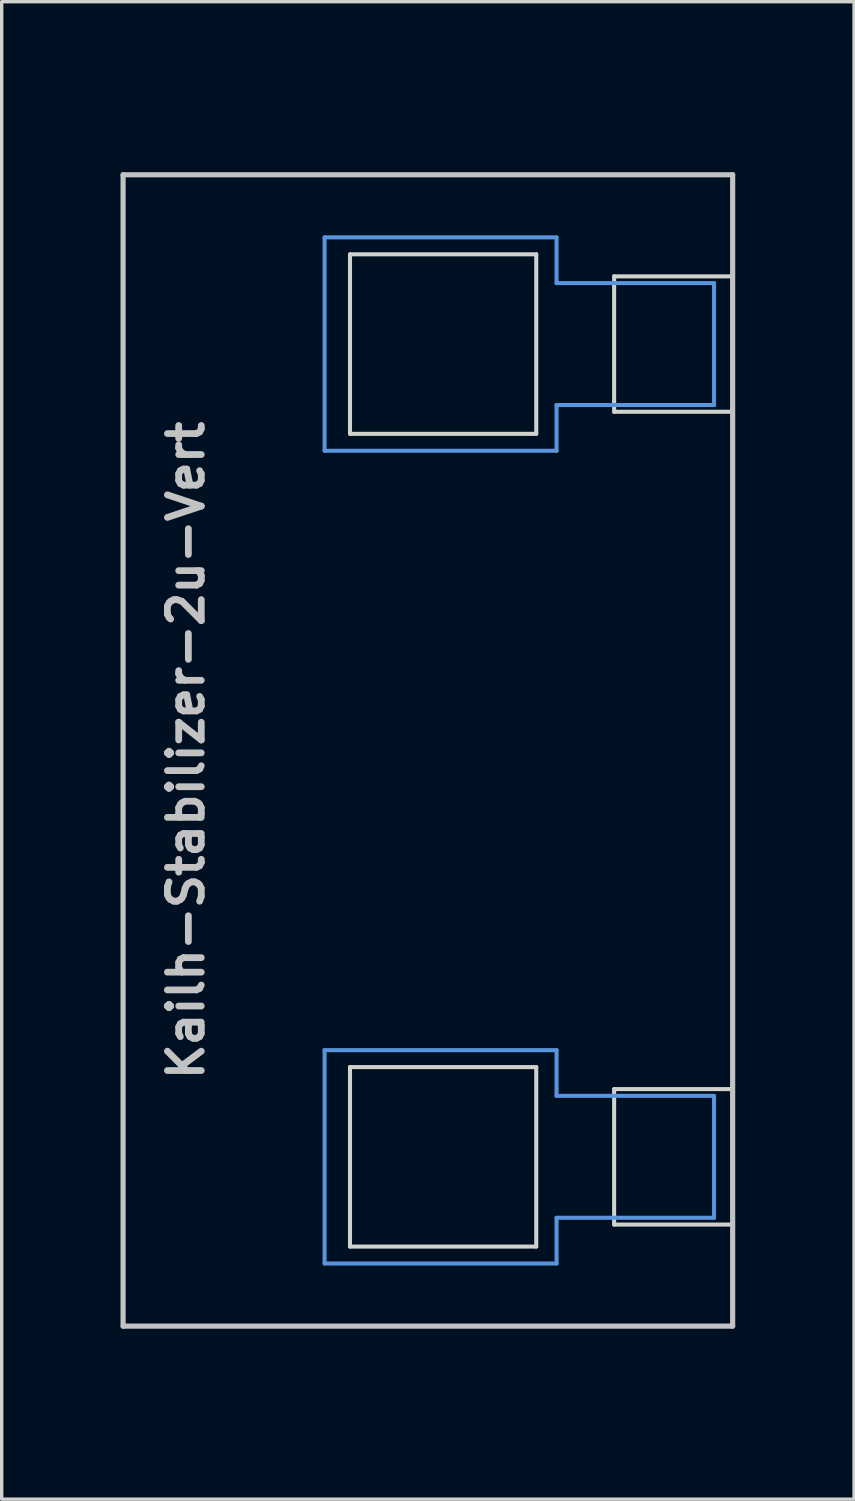
<source format=kicad_pcb>
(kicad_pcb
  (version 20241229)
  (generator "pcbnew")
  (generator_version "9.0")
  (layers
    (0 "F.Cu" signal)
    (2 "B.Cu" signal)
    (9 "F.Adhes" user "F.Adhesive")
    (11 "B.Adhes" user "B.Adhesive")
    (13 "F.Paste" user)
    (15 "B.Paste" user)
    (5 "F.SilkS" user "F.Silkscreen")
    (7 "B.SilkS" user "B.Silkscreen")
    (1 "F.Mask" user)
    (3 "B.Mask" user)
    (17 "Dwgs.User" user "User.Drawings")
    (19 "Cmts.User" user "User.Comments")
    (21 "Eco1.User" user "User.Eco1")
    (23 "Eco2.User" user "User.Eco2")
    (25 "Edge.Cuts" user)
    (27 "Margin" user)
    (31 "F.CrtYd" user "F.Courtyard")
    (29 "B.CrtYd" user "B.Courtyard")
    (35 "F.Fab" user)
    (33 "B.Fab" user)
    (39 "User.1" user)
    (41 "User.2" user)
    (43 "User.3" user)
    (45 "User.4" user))
  (footprint "Kailh-Stabilizer-2u-Vert"
    (layer "F.Cu")
    (at 9.585 19.11)
    (property "Reference" "Kailh-Stabilizer-2u-Vert" (at -7.144 0 270) (layer "Dwgs.User") (effects (font (size 1 1) (thickness 0.2))))
    (attr through_hole)
    (fp_line (start -9 -17) (end 9 -17) (stroke (width 0.152) (type solid)) (layer "Dwgs.User"))
    (fp_line (start -9 17) (end -9 -17) (stroke (width 0.152) (type solid)) (layer "Dwgs.User"))
    (fp_line (start 9 -17) (end 9 17) (stroke (width 0.152) (type solid)) (layer "Dwgs.User"))
    (fp_line (start 9 17) (end -9 17) (stroke (width 0.152) (type solid)) (layer "Dwgs.User"))
    (fp_line (start -3.05 -15.15) (end -3.05 -8.85) (stroke (width 0.12) (type solid)) (layer "Cmts.User"))
    (fp_line (start -3.05 -15.15) (end 3.8 -15.15) (stroke (width 0.12) (type solid)) (layer "Cmts.User"))
    (fp_line (start -3.05 -8.85) (end 3.8 -8.85) (stroke (width 0.12) (type solid)) (layer "Cmts.User"))
    (fp_line (start -3.05 8.85) (end -3.05 15.15) (stroke (width 0.12) (type solid)) (layer "Cmts.User"))
    (fp_line (start -3.05 8.85) (end 3.8 8.85) (stroke (width 0.12) (type solid)) (layer "Cmts.User"))
    (fp_line (start -3.05 15.15) (end 3.8 15.15) (stroke (width 0.12) (type solid)) (layer "Cmts.User"))
    (fp_line (start 3.8 -15.15) (end 3.8 -13.8) (stroke (width 0.12) (type solid)) (layer "Cmts.User"))
    (fp_line (start 3.8 -10.2) (end 3.8 -8.85) (stroke (width 0.12) (type solid)) (layer "Cmts.User"))
    (fp_line (start 3.8 8.85) (end 3.8 10.2) (stroke (width 0.12) (type solid)) (layer "Cmts.User"))
    (fp_line (start 3.8 13.8) (end 3.8 15.15) (stroke (width 0.12) (type solid)) (layer "Cmts.User"))
    (fp_line (start 8.45 -13.8) (end 3.8 -13.8) (stroke (width 0.12) (type solid)) (layer "Cmts.User"))
    (fp_line (start 8.45 -13.8) (end 8.45 -10.2) (stroke (width 0.12) (type solid)) (layer "Cmts.User"))
    (fp_line (start 8.45 -10.2) (end 3.8 -10.2) (stroke (width 0.12) (type solid)) (layer "Cmts.User"))
    (fp_line (start 8.45 10.2) (end 3.8 10.2) (stroke (width 0.12) (type solid)) (layer "Cmts.User"))
    (fp_line (start 8.45 10.2) (end 8.45 13.8) (stroke (width 0.12) (type solid)) (layer "Cmts.User"))
    (fp_line (start 8.45 13.8) (end 3.8 13.8) (stroke (width 0.12) (type solid)) (layer "Cmts.User"))
    (fp_line (start -9.525 -19.05) (end -9.525 19.05) (stroke (width 0.12) (type solid)) (layer "Eco1.User"))
    (fp_line (start 9.525 -19.05) (end -9.525 -19.05) (stroke (width 0.12) (type solid)) (layer "Eco1.User"))
    (fp_line (start 9.525 -19.05) (end 9.525 19.05) (stroke (width 0.12) (type solid)) (layer "Eco1.User"))
    (fp_line (start 9.525 19.05) (end -9.525 19.05) (stroke (width 0.12) (type solid)) (layer "Eco1.User"))
    (fp_line (start -2.3 -14.65) (end -2.3 -9.35) (stroke (width 0.12) (type solid)) (layer "Edge.Cuts"))
    (fp_line (start -2.3 -9.35) (end 3.2 -9.35) (stroke (width 0.12) (type solid)) (layer "Edge.Cuts"))
    (fp_line (start -2.3 9.35) (end -2.3 14.65) (stroke (width 0.12) (type solid)) (layer "Edge.Cuts"))
    (fp_line (start -2.3 14.65) (end 3.2 14.65) (stroke (width 0.12) (type solid)) (layer "Edge.Cuts"))
    (fp_line (start 3.2 -14.65) (end -2.3 -14.65) (stroke (width 0.12) (type solid)) (layer "Edge.Cuts"))
    (fp_line (start 3.2 -14.65) (end 3.2 -9.35) (stroke (width 0.12) (type solid)) (layer "Edge.Cuts"))
    (fp_line (start 3.2 9.35) (end -2.3 9.35) (stroke (width 0.12) (type solid)) (layer "Edge.Cuts"))
    (fp_line (start 3.2 9.35) (end 3.2 14.65) (stroke (width 0.12) (type solid)) (layer "Edge.Cuts"))
    (fp_line (start 5.5 -14) (end 5.5 -10) (stroke (width 0.12) (type solid)) (layer "Edge.Cuts"))
    (fp_line (start 5.5 -10) (end 9 -10) (stroke (width 0.12) (type solid)) (layer "Edge.Cuts"))
    (fp_line (start 5.5 10) (end 5.5 14) (stroke (width 0.12) (type solid)) (layer "Edge.Cuts"))
    (fp_line (start 5.5 14) (end 9 14) (stroke (width 0.12) (type solid)) (layer "Edge.Cuts"))
    (fp_line (start 9 -14) (end 5.5 -14) (stroke (width 0.12) (type solid)) (layer "Edge.Cuts"))
    (fp_line (start 9 -14) (end 9 -10) (stroke (width 0.12) (type solid)) (layer "Edge.Cuts"))
    (fp_line (start 9 10) (end 5.5 10) (stroke (width 0.12) (type solid)) (layer "Edge.Cuts"))
    (fp_line (start 9 10) (end 9 14) (stroke (width 0.12) (type solid)) (layer "Edge.Cuts")))
  (gr_rect
    (start -3 -3)
    (end 22.17 41.22)
    (stroke (width 0.1) (type default))
    (fill no)
    (layer "Edge.Cuts")))
</source>
